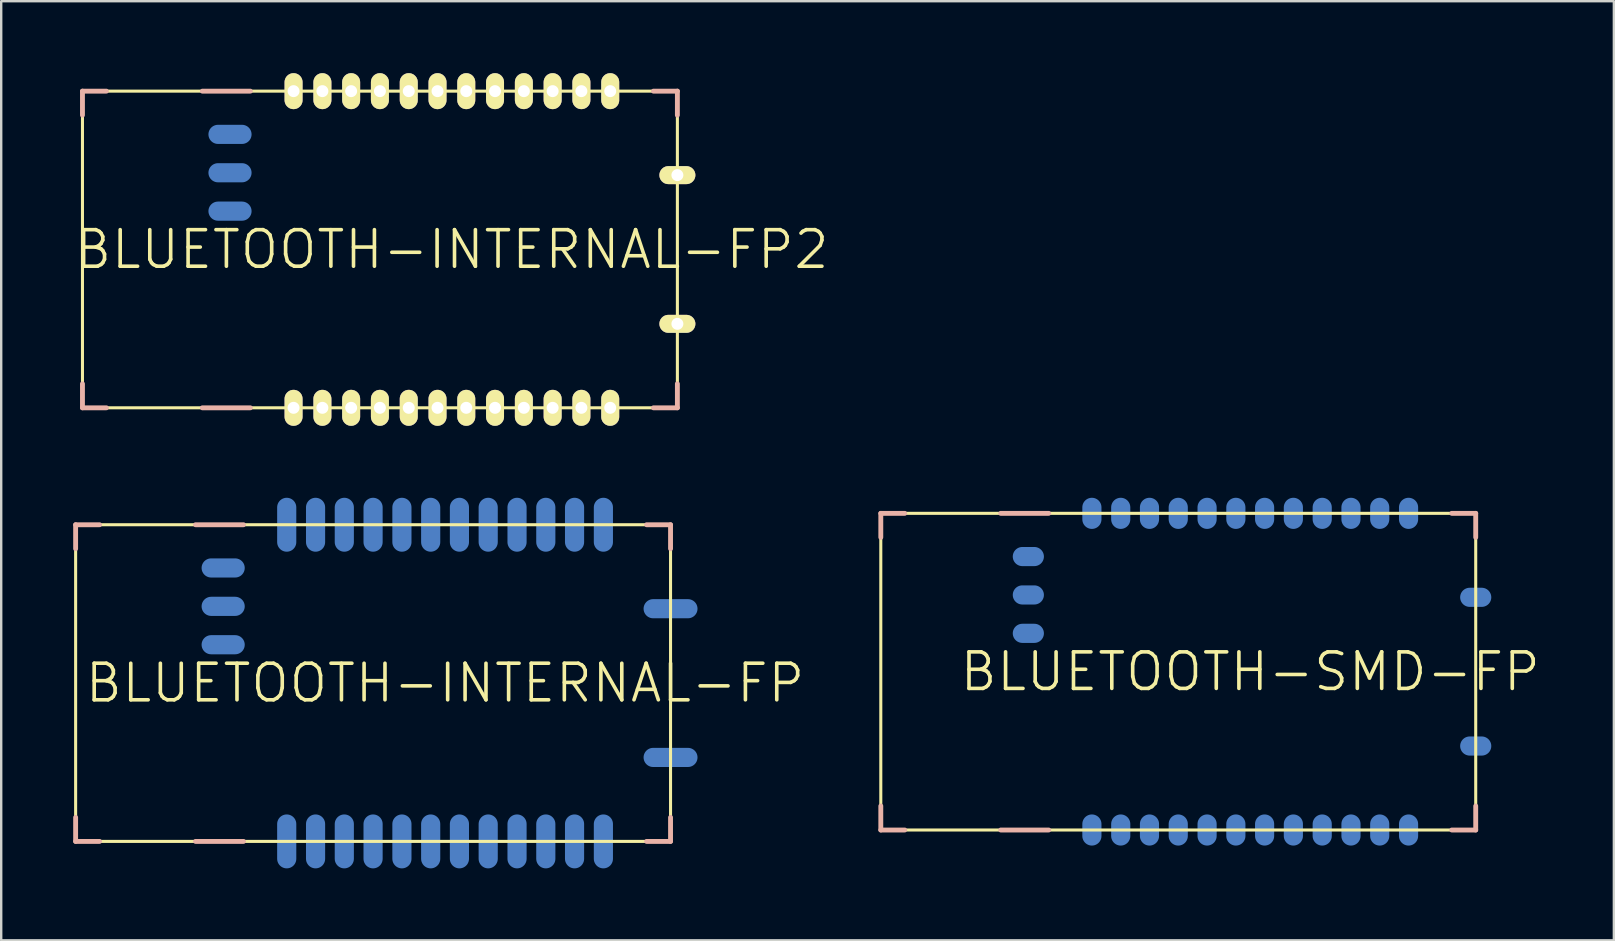
<source format=kicad_pcb>
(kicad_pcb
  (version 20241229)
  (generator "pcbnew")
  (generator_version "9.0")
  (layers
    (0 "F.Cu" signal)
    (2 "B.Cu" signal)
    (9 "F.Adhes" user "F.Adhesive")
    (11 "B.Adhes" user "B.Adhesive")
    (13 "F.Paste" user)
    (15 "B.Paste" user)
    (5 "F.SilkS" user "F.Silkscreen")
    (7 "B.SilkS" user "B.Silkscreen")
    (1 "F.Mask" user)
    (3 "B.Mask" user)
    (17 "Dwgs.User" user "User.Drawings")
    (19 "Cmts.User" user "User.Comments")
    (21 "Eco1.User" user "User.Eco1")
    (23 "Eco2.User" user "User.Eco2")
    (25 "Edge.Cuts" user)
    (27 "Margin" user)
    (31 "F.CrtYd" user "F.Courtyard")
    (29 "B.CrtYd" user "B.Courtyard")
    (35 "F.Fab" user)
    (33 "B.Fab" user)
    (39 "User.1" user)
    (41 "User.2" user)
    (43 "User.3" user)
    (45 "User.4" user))
  (footprint "BLUETOOTH-INTERNAL-FP"
    (layer "F.Cu")
    (at 15.499 25.419)
    (property "Reference" "BLUETOOTH-INTERNAL-FP" (at 0 0 0) (layer "F.SilkS") (effects (font (size 1.524 1.524) (thickness 0.15))))
    (attr smd)
    (fp_line (start -15.397 -6.599) (end -15.397 6.599) (stroke (width 0.127) (type solid)) (layer "F.SilkS"))
    (fp_line (start -15.397 6.599) (end 9.398 6.599) (stroke (width 0.127) (type solid)) (layer "F.SilkS"))
    (fp_line (start 9.398 -6.599) (end -15.397 -6.599) (stroke (width 0.127) (type solid)) (layer "F.SilkS"))
    (fp_line (start 9.398 6.599) (end 9.398 -6.599) (stroke (width 0.127) (type solid)) (layer "F.SilkS"))
    (fp_line (start -15.397 -6.599) (end -15.397 -5.598) (stroke (width 0.203) (type solid)) (layer "B.SilkS"))
    (fp_line (start -15.397 -6.599) (end -14.399 -6.599) (stroke (width 0.203) (type solid)) (layer "B.SilkS"))
    (fp_line (start -15.397 6.599) (end -15.397 5.598) (stroke (width 0.203) (type solid)) (layer "B.SilkS"))
    (fp_line (start -15.397 6.599) (end -14.399 6.599) (stroke (width 0.203) (type solid)) (layer "B.SilkS"))
    (fp_line (start -10.399 -6.599) (end -8.4 -6.599) (stroke (width 0.203) (type solid)) (layer "B.SilkS"))
    (fp_line (start -8.4 6.599) (end -10.399 6.599) (stroke (width 0.203) (type solid)) (layer "B.SilkS"))
    (fp_line (start 9.398 -6.599) (end 8.4 -6.599) (stroke (width 0.203) (type solid)) (layer "B.SilkS"))
    (fp_line (start 9.398 -6.599) (end 9.398 -5.598) (stroke (width 0.203) (type solid)) (layer "B.SilkS"))
    (fp_line (start 9.398 6.599) (end 8.4 6.599) (stroke (width 0.203) (type solid)) (layer "B.SilkS"))
    (fp_line (start 9.398 6.599) (end 9.398 5.598) (stroke (width 0.203) (type solid)) (layer "B.SilkS"))
    (pad "1" smd oval (at -6.599 6.599) (size 0.798 2.248) (layers "B.Cu" "B.Mask"))
    (pad "2" smd oval (at -5.397 6.599) (size 0.798 2.248) (layers "B.Cu" "B.Mask"))
    (pad "3" smd oval (at -4.199 6.599) (size 0.798 2.248) (layers "B.Cu" "B.Mask"))
    (pad "4" smd oval (at -3 6.599) (size 0.798 2.248) (layers "B.Cu" "B.Mask"))
    (pad "5" smd oval (at -1.798 6.599) (size 0.798 2.248) (layers "B.Cu" "B.Mask"))
    (pad "6" smd oval (at -0.599 6.599) (size 0.798 2.248) (layers "B.Cu" "B.Mask"))
    (pad "7" smd oval (at 0.599 6.599) (size 0.798 2.248) (layers "B.Cu" "B.Mask"))
    (pad "8" smd oval (at 1.798 6.599) (size 0.798 2.248) (layers "B.Cu" "B.Mask"))
    (pad "9" smd oval (at 3 6.599) (size 0.798 2.248) (layers "B.Cu" "B.Mask"))
    (pad "10" smd oval (at 4.199 6.599) (size 0.798 2.248) (layers "B.Cu" "B.Mask"))
    (pad "11" smd oval (at 5.397 6.599) (size 0.798 2.248) (layers "B.Cu" "B.Mask"))
    (pad "12" smd oval (at 6.599 6.599) (size 0.798 2.248) (layers "B.Cu" "B.Mask"))
    (pad "13" smd oval (at 6.599 -6.599) (size 0.798 2.248) (layers "B.Cu" "B.Mask"))
    (pad "14" smd oval (at 5.397 -6.599) (size 0.798 2.248) (layers "B.Cu" "B.Mask"))
    (pad "15" smd oval (at 4.199 -6.599) (size 0.798 2.248) (layers "B.Cu" "B.Mask"))
    (pad "16" smd oval (at 3 -6.599) (size 0.798 2.248) (layers "B.Cu" "B.Mask"))
    (pad "17" smd oval (at 1.798 -6.599) (size 0.798 2.248) (layers "B.Cu" "B.Mask"))
    (pad "18" smd oval (at 0.599 -6.599) (size 0.798 2.248) (layers "B.Cu" "B.Mask"))
    (pad "19" smd oval (at -0.599 -6.599) (size 0.798 2.248) (layers "B.Cu" "B.Mask"))
    (pad "20" smd oval (at -1.798 -6.599) (size 0.798 2.248) (layers "B.Cu" "B.Mask"))
    (pad "21" smd oval (at -3 -6.599) (size 0.798 2.248) (layers "B.Cu" "B.Mask"))
    (pad "22" smd oval (at -4.199 -6.599) (size 0.798 2.248) (layers "B.Cu" "B.Mask"))
    (pad "23" smd oval (at -5.397 -6.599) (size 0.798 2.248) (layers "B.Cu" "B.Mask"))
    (pad "24" smd oval (at -6.599 -6.599) (size 0.798 2.248) (layers "B.Cu" "B.Mask"))
    (pad "25" smd oval (at -9.248 -4.798 90) (size 0.798 1.798) (layers "B.Cu" "B.Mask"))
    (pad "26" smd oval (at -9.248 -3.198 90) (size 0.798 1.798) (layers "B.Cu" "B.Mask"))
    (pad "27" smd oval (at -9.248 -1.598 90) (size 0.798 1.798) (layers "B.Cu" "B.Mask"))
    (pad "28" smd oval (at 9.398 -3.099 90) (size 0.798 2.248) (layers "B.Cu" "B.Mask"))
    (pad "29" smd oval (at 9.398 3.099 90) (size 0.798 2.248) (layers "B.Cu" "B.Mask")))
  (footprint "BLUETOOTH-SMD-FP"
    (layer "F.Cu")
    (at 49.057 24.944)
    (property "Reference" "BLUETOOTH-SMD-FP" (at 0 0 0) (layer "F.SilkS") (effects (font (size 1.524 1.524) (thickness 0.15))))
    (attr smd)
    (fp_line (start -15.397 -6.599) (end -15.397 6.599) (stroke (width 0.127) (type solid)) (layer "F.SilkS"))
    (fp_line (start -15.397 6.599) (end 9.398 6.599) (stroke (width 0.127) (type solid)) (layer "F.SilkS"))
    (fp_line (start 9.398 -6.599) (end -15.397 -6.599) (stroke (width 0.127) (type solid)) (layer "F.SilkS"))
    (fp_line (start 9.398 6.599) (end 9.398 -6.599) (stroke (width 0.127) (type solid)) (layer "F.SilkS"))
    (fp_line (start -15.397 -6.599) (end -15.397 -5.598) (stroke (width 0.203) (type solid)) (layer "B.SilkS"))
    (fp_line (start -15.397 -6.599) (end -14.399 -6.599) (stroke (width 0.203) (type solid)) (layer "B.SilkS"))
    (fp_line (start -15.397 6.599) (end -15.397 5.598) (stroke (width 0.203) (type solid)) (layer "B.SilkS"))
    (fp_line (start -15.397 6.599) (end -14.399 6.599) (stroke (width 0.203) (type solid)) (layer "B.SilkS"))
    (fp_line (start -10.399 -6.599) (end -8.4 -6.599) (stroke (width 0.203) (type solid)) (layer "B.SilkS"))
    (fp_line (start -8.4 6.599) (end -10.399 6.599) (stroke (width 0.203) (type solid)) (layer "B.SilkS"))
    (fp_line (start 9.398 -6.599) (end 8.4 -6.599) (stroke (width 0.203) (type solid)) (layer "B.SilkS"))
    (fp_line (start 9.398 -6.599) (end 9.398 -5.598) (stroke (width 0.203) (type solid)) (layer "B.SilkS"))
    (fp_line (start 9.398 6.599) (end 8.4 6.599) (stroke (width 0.203) (type solid)) (layer "B.SilkS"))
    (fp_line (start 9.398 6.599) (end 9.398 5.598) (stroke (width 0.203) (type solid)) (layer "B.SilkS"))
    (pad "1" smd oval (at -6.599 6.599) (size 0.798 1.298) (layers "B.Cu" "B.Mask"))
    (pad "2" smd oval (at -5.397 6.599) (size 0.798 1.298) (layers "B.Cu" "B.Mask"))
    (pad "3" smd oval (at -4.199 6.599) (size 0.798 1.298) (layers "B.Cu" "B.Mask"))
    (pad "4" smd oval (at -3 6.599) (size 0.798 1.298) (layers "B.Cu" "B.Mask"))
    (pad "5" smd oval (at -1.798 6.599) (size 0.798 1.298) (layers "B.Cu" "B.Mask"))
    (pad "6" smd oval (at -0.599 6.599) (size 0.798 1.298) (layers "B.Cu" "B.Mask"))
    (pad "7" smd oval (at 0.599 6.599) (size 0.798 1.298) (layers "B.Cu" "B.Mask"))
    (pad "8" smd oval (at 1.798 6.599) (size 0.798 1.298) (layers "B.Cu" "B.Mask"))
    (pad "9" smd oval (at 3 6.599) (size 0.798 1.298) (layers "B.Cu" "B.Mask"))
    (pad "10" smd oval (at 4.199 6.599) (size 0.798 1.298) (layers "B.Cu" "B.Mask"))
    (pad "11" smd oval (at 5.397 6.599) (size 0.798 1.298) (layers "B.Cu" "B.Mask"))
    (pad "12" smd oval (at 6.599 6.599) (size 0.798 1.298) (layers "B.Cu" "B.Mask"))
    (pad "13" smd oval (at 6.599 -6.599) (size 0.798 1.298) (layers "B.Cu" "B.Mask"))
    (pad "14" smd oval (at 5.397 -6.599) (size 0.798 1.298) (layers "B.Cu" "B.Mask"))
    (pad "15" smd oval (at 4.199 -6.599) (size 0.798 1.298) (layers "B.Cu" "B.Mask"))
    (pad "16" smd oval (at 3 -6.599) (size 0.798 1.298) (layers "B.Cu" "B.Mask"))
    (pad "17" smd oval (at 1.798 -6.599) (size 0.798 1.298) (layers "B.Cu" "B.Mask"))
    (pad "18" smd oval (at 0.599 -6.599) (size 0.798 1.298) (layers "B.Cu" "B.Mask"))
    (pad "19" smd oval (at -0.599 -6.599) (size 0.798 1.298) (layers "B.Cu" "B.Mask"))
    (pad "20" smd oval (at -1.798 -6.599) (size 0.798 1.298) (layers "B.Cu" "B.Mask"))
    (pad "21" smd oval (at -3 -6.599) (size 0.798 1.298) (layers "B.Cu" "B.Mask"))
    (pad "22" smd oval (at -4.199 -6.599) (size 0.798 1.298) (layers "B.Cu" "B.Mask"))
    (pad "23" smd oval (at -5.397 -6.599) (size 0.798 1.298) (layers "B.Cu" "B.Mask"))
    (pad "24" smd oval (at -6.599 -6.599) (size 0.798 1.298) (layers "B.Cu" "B.Mask"))
    (pad "25" smd oval (at -9.248 -4.798 90) (size 0.798 1.298) (layers "B.Cu" "B.Mask"))
    (pad "26" smd oval (at -9.248 -3.198 90) (size 0.798 1.298) (layers "B.Cu" "B.Mask"))
    (pad "27" smd oval (at -9.248 -1.598 90) (size 0.798 1.298) (layers "B.Cu" "B.Mask"))
    (pad "28" smd oval (at 9.398 -3.099 90) (size 0.798 1.298) (layers "B.Cu" "B.Mask"))
    (pad "29" smd oval (at 9.398 3.099 90) (size 0.798 1.298) (layers "B.Cu" "B.Mask")))
  (footprint "BLUETOOTH-INTERNAL-FP2"
    (layer "F.Cu")
    (at 15.784 7.348)
    (property "Reference" "BLUETOOTH-INTERNAL-FP2" (at 0 0 0) (layer "F.SilkS") (effects (font (size 1.524 1.524) (thickness 0.15))))
    (attr smd)
    (fp_line (start -15.397 -6.599) (end -15.397 6.599) (stroke (width 0.127) (type solid)) (layer "F.SilkS"))
    (fp_line (start -15.397 6.599) (end 9.398 6.599) (stroke (width 0.127) (type solid)) (layer "F.SilkS"))
    (fp_line (start 9.398 -6.599) (end -15.397 -6.599) (stroke (width 0.127) (type solid)) (layer "F.SilkS"))
    (fp_line (start 9.398 6.599) (end 9.398 -6.599) (stroke (width 0.127) (type solid)) (layer "F.SilkS"))
    (fp_line (start -15.397 -6.599) (end -15.397 -5.598) (stroke (width 0.203) (type solid)) (layer "B.SilkS"))
    (fp_line (start -15.397 -6.599) (end -14.399 -6.599) (stroke (width 0.203) (type solid)) (layer "B.SilkS"))
    (fp_line (start -15.397 6.599) (end -15.397 5.598) (stroke (width 0.203) (type solid)) (layer "B.SilkS"))
    (fp_line (start -15.397 6.599) (end -14.399 6.599) (stroke (width 0.203) (type solid)) (layer "B.SilkS"))
    (fp_line (start -10.399 -6.599) (end -8.4 -6.599) (stroke (width 0.203) (type solid)) (layer "B.SilkS"))
    (fp_line (start -8.4 6.599) (end -10.399 6.599) (stroke (width 0.203) (type solid)) (layer "B.SilkS"))
    (fp_line (start 9.398 -6.599) (end 8.4 -6.599) (stroke (width 0.203) (type solid)) (layer "B.SilkS"))
    (fp_line (start 9.398 -6.599) (end 9.398 -5.598) (stroke (width 0.203) (type solid)) (layer "B.SilkS"))
    (fp_line (start 9.398 6.599) (end 8.4 6.599) (stroke (width 0.203) (type solid)) (layer "B.SilkS"))
    (fp_line (start 9.398 6.599) (end 9.398 5.598) (stroke (width 0.203) (type solid)) (layer "B.SilkS"))
    (pad "1" thru_hole oval (at -6.599 6.599 180) (size 0.749 1.499) (drill 0.498) (layers "*.Cu" "F.Mask" "F.SilkS" "F.Paste"))
    (pad "2" thru_hole oval (at -5.397 6.599 180) (size 0.749 1.499) (drill 0.498) (layers "*.Cu" "F.Mask" "F.SilkS" "F.Paste"))
    (pad "3" thru_hole oval (at -4.199 6.599 180) (size 0.749 1.499) (drill 0.498) (layers "*.Cu" "F.Mask" "F.SilkS" "F.Paste"))
    (pad "4" thru_hole oval (at -3 6.599 180) (size 0.749 1.499) (drill 0.498) (layers "*.Cu" "F.Mask" "F.SilkS" "F.Paste"))
    (pad "5" thru_hole oval (at -1.798 6.599 180) (size 0.749 1.499) (drill 0.498) (layers "*.Cu" "F.Mask" "F.SilkS" "F.Paste"))
    (pad "6" thru_hole oval (at -0.599 6.599 180) (size 0.749 1.499) (drill 0.498) (layers "*.Cu" "F.Mask" "F.SilkS" "F.Paste"))
    (pad "7" thru_hole oval (at 0.599 6.599 180) (size 0.749 1.499) (drill 0.498) (layers "*.Cu" "F.Mask" "F.SilkS" "F.Paste"))
    (pad "8" thru_hole oval (at 1.798 6.599 180) (size 0.749 1.499) (drill 0.498) (layers "*.Cu" "F.Mask" "F.SilkS" "F.Paste"))
    (pad "9" thru_hole oval (at 3 6.599 180) (size 0.749 1.499) (drill 0.498) (layers "*.Cu" "F.Mask" "F.SilkS" "F.Paste"))
    (pad "10" thru_hole oval (at 4.199 6.599 180) (size 0.749 1.499) (drill 0.498) (layers "*.Cu" "F.Mask" "F.SilkS" "F.Paste"))
    (pad "11" thru_hole oval (at 5.397 6.599 180) (size 0.749 1.499) (drill 0.498) (layers "*.Cu" "F.Mask" "F.SilkS" "F.Paste"))
    (pad "12" thru_hole oval (at 6.599 6.599 180) (size 0.749 1.499) (drill 0.498) (layers "*.Cu" "F.Mask" "F.SilkS" "F.Paste"))
    (pad "13" thru_hole oval (at 6.599 -6.599 180) (size 0.749 1.499) (drill 0.498) (layers "*.Cu" "F.Mask" "F.SilkS" "F.Paste"))
    (pad "14" thru_hole oval (at 5.397 -6.599 180) (size 0.749 1.499) (drill 0.498) (layers "*.Cu" "F.Mask" "F.SilkS" "F.Paste"))
    (pad "15" thru_hole oval (at 4.199 -6.599 180) (size 0.749 1.499) (drill 0.498) (layers "*.Cu" "F.Mask" "F.SilkS" "F.Paste"))
    (pad "16" thru_hole oval (at 3 -6.599 180) (size 0.749 1.499) (drill 0.498) (layers "*.Cu" "F.Mask" "F.SilkS" "F.Paste"))
    (pad "17" thru_hole oval (at 1.798 -6.599 180) (size 0.749 1.499) (drill 0.498) (layers "*.Cu" "F.Mask" "F.SilkS" "F.Paste"))
    (pad "18" thru_hole oval (at 0.599 -6.599 180) (size 0.749 1.499) (drill 0.498) (layers "*.Cu" "F.Mask" "F.SilkS" "F.Paste"))
    (pad "19" thru_hole oval (at -0.599 -6.599 180) (size 0.749 1.499) (drill 0.498) (layers "*.Cu" "F.Mask" "F.SilkS" "F.Paste"))
    (pad "20" thru_hole oval (at -1.798 -6.599 180) (size 0.749 1.499) (drill 0.498) (layers "*.Cu" "F.Mask" "F.SilkS" "F.Paste"))
    (pad "21" thru_hole oval (at -3 -6.599 180) (size 0.749 1.499) (drill 0.498) (layers "*.Cu" "F.Mask" "F.SilkS" "F.Paste"))
    (pad "22" thru_hole oval (at -4.199 -6.599 180) (size 0.749 1.499) (drill 0.498) (layers "*.Cu" "F.Mask" "F.SilkS" "F.Paste"))
    (pad "23" thru_hole oval (at -5.397 -6.599 180) (size 0.749 1.499) (drill 0.498) (layers "*.Cu" "F.Mask" "F.SilkS" "F.Paste"))
    (pad "24" thru_hole oval (at -6.599 -6.599 180) (size 0.749 1.499) (drill 0.498) (layers "*.Cu" "F.Mask" "F.SilkS" "F.Paste"))
    (pad "25" smd oval (at -9.248 -4.798 90) (size 0.798 1.798) (layers "B.Cu" "B.Mask"))
    (pad "26" smd oval (at -9.248 -3.198 90) (size 0.798 1.798) (layers "B.Cu" "B.Mask"))
    (pad "27" smd oval (at -9.248 -1.598 90) (size 0.798 1.798) (layers "B.Cu" "B.Mask"))
    (pad "28" thru_hole oval (at 9.398 -3.099 270) (size 0.749 1.499) (drill 0.498) (layers "*.Cu" "F.Mask" "F.SilkS" "F.Paste"))
    (pad "29" thru_hole oval (at 9.398 3.099 270) (size 0.749 1.499) (drill 0.498) (layers "*.Cu" "F.Mask" "F.SilkS" "F.Paste")))
  (gr_rect
    (start -3 -3)
    (end 64.213 36.142)
    (stroke (width 0.1) (type default))
    (fill no)
    (layer "Edge.Cuts")))
</source>
